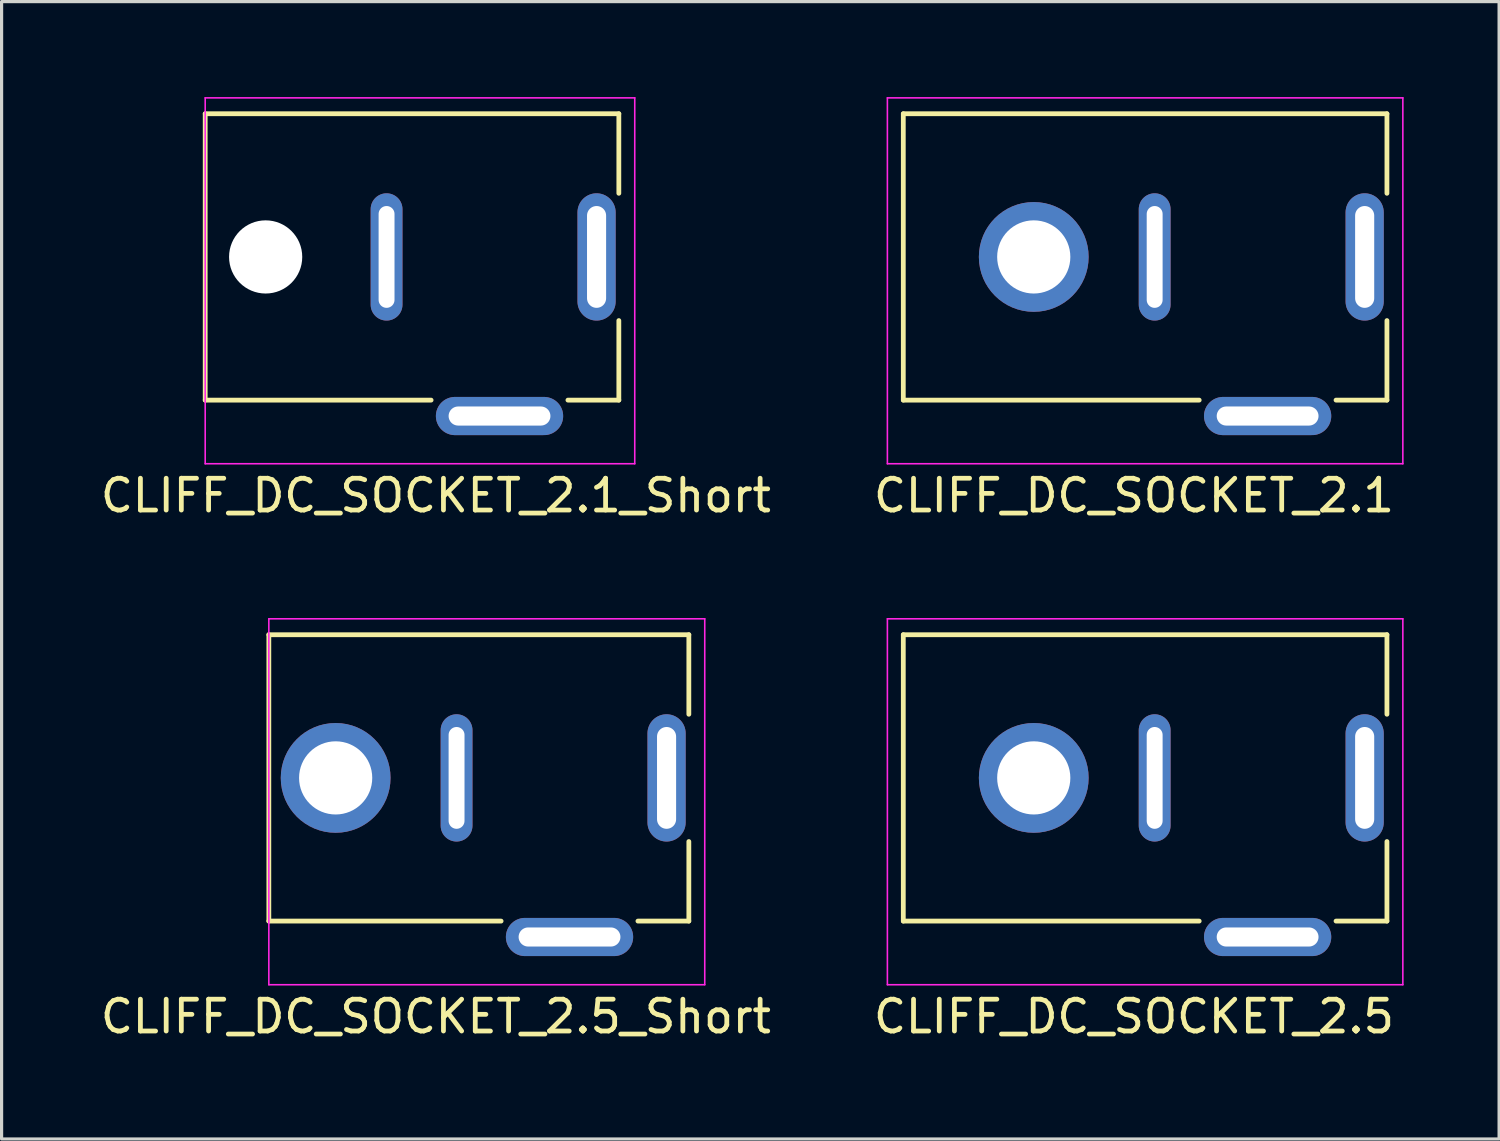
<source format=kicad_pcb>
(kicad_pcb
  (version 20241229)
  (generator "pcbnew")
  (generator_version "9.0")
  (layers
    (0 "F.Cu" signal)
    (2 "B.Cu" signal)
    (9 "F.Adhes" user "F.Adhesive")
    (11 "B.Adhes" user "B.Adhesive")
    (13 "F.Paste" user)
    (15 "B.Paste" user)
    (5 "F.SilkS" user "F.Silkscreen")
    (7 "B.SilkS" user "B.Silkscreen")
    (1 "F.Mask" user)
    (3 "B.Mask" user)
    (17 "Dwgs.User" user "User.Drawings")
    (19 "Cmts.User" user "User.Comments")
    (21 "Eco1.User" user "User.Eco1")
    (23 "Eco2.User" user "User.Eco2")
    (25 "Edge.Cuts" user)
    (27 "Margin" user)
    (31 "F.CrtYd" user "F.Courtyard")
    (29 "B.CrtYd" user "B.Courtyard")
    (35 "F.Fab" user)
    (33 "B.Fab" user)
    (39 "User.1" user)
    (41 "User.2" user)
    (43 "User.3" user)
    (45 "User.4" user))
  (footprint "CLIFF_DC_SOCKET_2.5_Short"
    (layer "F.Cu")
    (at 17.899 21.398)
    (property "Reference" "CLIFF_DC_SOCKET_2.5_Short" (at -7.25 7.5 0) (layer "F.SilkS") (effects (font (size 1 1) (thickness 0.15))))
    (attr through_hole)
    (fp_line (start -12.5 -4.5) (end -12.5 4.5) (stroke (width 0.15) (type solid)) (layer "F.SilkS"))
    (fp_line (start -12.5 -4.5) (end 0.7 -4.5) (stroke (width 0.15) (type solid)) (layer "F.SilkS"))
    (fp_line (start -12.5 4.5) (end -5.2 4.5) (stroke (width 0.15) (type solid)) (layer "F.SilkS"))
    (fp_line (start 0.7 -4.5) (end 0.7 -2) (stroke (width 0.15) (type solid)) (layer "F.SilkS"))
    (fp_line (start 0.7 2) (end 0.7 4.5) (stroke (width 0.15) (type solid)) (layer "F.SilkS"))
    (fp_line (start 0.7 4.5) (end -0.9 4.5) (stroke (width 0.15) (type solid)) (layer "F.SilkS"))
    (fp_line (start -12.5 -5) (end 1.2 -5) (stroke (width 0.05) (type solid)) (layer "F.CrtYd"))
    (fp_line (start -12.5 6.5) (end -12.5 -5) (stroke (width 0.05) (type solid)) (layer "F.CrtYd"))
    (fp_line (start -12.5 6.5) (end 1.2 6.5) (stroke (width 0.05) (type solid)) (layer "F.CrtYd"))
    (fp_line (start 1.2 -5) (end 1.2 6.5) (stroke (width 0.05) (type solid)) (layer "F.CrtYd"))
    (pad "" np_thru_hole circle (at -10.4 0 90) (size 3.45 3.45) (drill 2.3) (layers "*.Cu" "*.Mask"))
    (pad "1" thru_hole oval (at 0 0) (size 1.2 4) (drill oval 0.6 3.2) (layers "*.Cu" "*.Mask"))
    (pad "2" thru_hole oval (at -6.6 0) (size 1 4) (drill oval 0.5 3.2) (layers "*.Cu" "*.Mask"))
    (pad "3" thru_hole oval (at -3.05 5 90) (size 1.2 4) (drill oval 0.6 3.2) (layers "*.Cu" "*.Mask")))
  (footprint "CLIFF_DC_SOCKET_2.1_Short"
    (layer "F.Cu")
    (at 15.699 5.025)
    (property "Reference" "CLIFF_DC_SOCKET_2.1_Short" (at -5.05 7.5 0) (layer "F.SilkS") (effects (font (size 1 1) (thickness 0.15))))
    (attr through_hole)
    (fp_line (start -12.3 -4.5) (end -12.3 4.5) (stroke (width 0.15) (type solid)) (layer "F.SilkS"))
    (fp_line (start -12.3 -4.5) (end 0.7 -4.5) (stroke (width 0.15) (type solid)) (layer "F.SilkS"))
    (fp_line (start -12.3 4.5) (end -5.2 4.5) (stroke (width 0.15) (type solid)) (layer "F.SilkS"))
    (fp_line (start 0.7 -4.5) (end 0.7 -2) (stroke (width 0.15) (type solid)) (layer "F.SilkS"))
    (fp_line (start 0.7 2) (end 0.7 4.5) (stroke (width 0.15) (type solid)) (layer "F.SilkS"))
    (fp_line (start 0.7 4.5) (end -0.9 4.5) (stroke (width 0.15) (type solid)) (layer "F.SilkS"))
    (fp_line (start -12.3 -5) (end 1.2 -5) (stroke (width 0.05) (type solid)) (layer "F.CrtYd"))
    (fp_line (start -12.3 6.5) (end -12.3 -5) (stroke (width 0.05) (type solid)) (layer "F.CrtYd"))
    (fp_line (start -12.3 6.5) (end 1.2 6.5) (stroke (width 0.05) (type solid)) (layer "F.CrtYd"))
    (fp_line (start 1.2 -5) (end 1.2 6.5) (stroke (width 0.05) (type solid)) (layer "F.CrtYd"))
    (pad "" np_thru_hole circle (at -10.4 0 90) (size 2.3 2.3) (drill 2.3) (layers "*.Cu" "*.Mask"))
    (pad "1" thru_hole oval (at 0 0) (size 1.2 4) (drill oval 0.6 3.2) (layers "*.Cu" "*.Mask"))
    (pad "2" thru_hole oval (at -6.6 0) (size 1 4) (drill oval 0.5 3.2) (layers "*.Cu" "*.Mask"))
    (pad "3" thru_hole oval (at -3.05 5 90) (size 1.2 4) (drill oval 0.6 3.2) (layers "*.Cu" "*.Mask")))
  (footprint "CLIFF_DC_SOCKET_2.5"
    (layer "F.Cu")
    (at 39.839 21.398)
    (property "Reference" "CLIFF_DC_SOCKET_2.5" (at -7.25 7.5 0) (layer "F.SilkS") (effects (font (size 1 1) (thickness 0.15))))
    (attr through_hole)
    (fp_line (start -14.5 -4.5) (end -14.5 4.5) (stroke (width 0.15) (type solid)) (layer "F.SilkS"))
    (fp_line (start -14.5 -4.5) (end 0.7 -4.5) (stroke (width 0.15) (type solid)) (layer "F.SilkS"))
    (fp_line (start -14.5 4.5) (end -5.2 4.5) (stroke (width 0.15) (type solid)) (layer "F.SilkS"))
    (fp_line (start 0.7 -4.5) (end 0.7 -2) (stroke (width 0.15) (type solid)) (layer "F.SilkS"))
    (fp_line (start 0.7 2) (end 0.7 4.5) (stroke (width 0.15) (type solid)) (layer "F.SilkS"))
    (fp_line (start 0.7 4.5) (end -0.9 4.5) (stroke (width 0.15) (type solid)) (layer "F.SilkS"))
    (fp_line (start -15 -5) (end 1.2 -5) (stroke (width 0.05) (type solid)) (layer "F.CrtYd"))
    (fp_line (start -15 6.5) (end -15 -5) (stroke (width 0.05) (type solid)) (layer "F.CrtYd"))
    (fp_line (start -15 6.5) (end 1.2 6.5) (stroke (width 0.05) (type solid)) (layer "F.CrtYd"))
    (fp_line (start 1.2 -5) (end 1.2 6.5) (stroke (width 0.05) (type solid)) (layer "F.CrtYd"))
    (pad "" np_thru_hole circle (at -10.4 0 90) (size 3.45 3.45) (drill 2.3) (layers "*.Cu" "*.Mask"))
    (pad "1" thru_hole oval (at 0 0) (size 1.2 4) (drill oval 0.6 3.2) (layers "*.Cu" "*.Mask"))
    (pad "2" thru_hole oval (at -6.6 0) (size 1 4) (drill oval 0.5 3.2) (layers "*.Cu" "*.Mask"))
    (pad "3" thru_hole oval (at -3.05 5 90) (size 1.2 4) (drill oval 0.6 3.2) (layers "*.Cu" "*.Mask")))
  (footprint "CLIFF_DC_SOCKET_2.1"
    (layer "F.Cu")
    (at 39.839 5.025)
    (property "Reference" "CLIFF_DC_SOCKET_2.1" (at -7.25 7.5 0) (layer "F.SilkS") (effects (font (size 1 1) (thickness 0.15))))
    (attr through_hole)
    (fp_line (start -14.5 -4.5) (end -14.5 4.5) (stroke (width 0.15) (type solid)) (layer "F.SilkS"))
    (fp_line (start -14.5 -4.5) (end 0.7 -4.5) (stroke (width 0.15) (type solid)) (layer "F.SilkS"))
    (fp_line (start -14.5 4.5) (end -5.2 4.5) (stroke (width 0.15) (type solid)) (layer "F.SilkS"))
    (fp_line (start 0.7 -4.5) (end 0.7 -2) (stroke (width 0.15) (type solid)) (layer "F.SilkS"))
    (fp_line (start 0.7 2) (end 0.7 4.5) (stroke (width 0.15) (type solid)) (layer "F.SilkS"))
    (fp_line (start 0.7 4.5) (end -0.9 4.5) (stroke (width 0.15) (type solid)) (layer "F.SilkS"))
    (fp_line (start -15 -5) (end 1.2 -5) (stroke (width 0.05) (type solid)) (layer "F.CrtYd"))
    (fp_line (start -15 6.5) (end -15 -5) (stroke (width 0.05) (type solid)) (layer "F.CrtYd"))
    (fp_line (start -15 6.5) (end 1.2 6.5) (stroke (width 0.05) (type solid)) (layer "F.CrtYd"))
    (fp_line (start 1.2 -5) (end 1.2 6.5) (stroke (width 0.05) (type solid)) (layer "F.CrtYd"))
    (pad "" np_thru_hole circle (at -10.4 0 90) (size 3.45 3.45) (drill 2.3) (layers "*.Cu" "*.Mask"))
    (pad "1" thru_hole oval (at 0 0) (size 1.2 4) (drill oval 0.6 3.2) (layers "*.Cu" "*.Mask"))
    (pad "2" thru_hole oval (at -6.6 0) (size 1 4) (drill oval 0.5 3.2) (layers "*.Cu" "*.Mask"))
    (pad "3" thru_hole oval (at -3.05 5 90) (size 1.2 4) (drill oval 0.6 3.2) (layers "*.Cu" "*.Mask")))
  (gr_rect
    (start -3 -3)
    (end 44.064 32.746)
    (stroke (width 0.1) (type default))
    (fill no)
    (layer "Edge.Cuts")))
</source>
